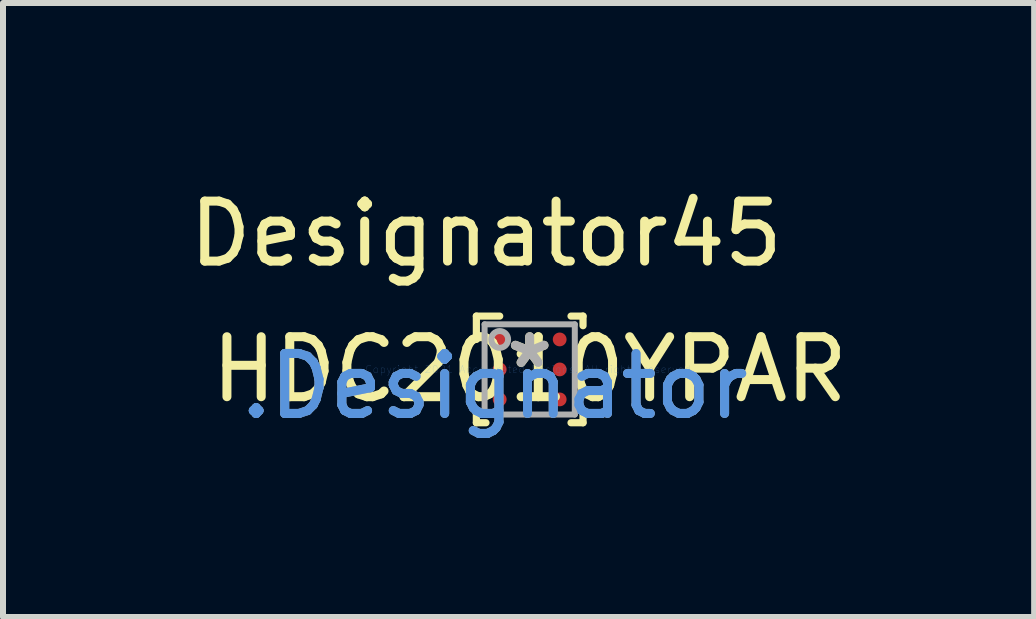
<source format=kicad_pcb>
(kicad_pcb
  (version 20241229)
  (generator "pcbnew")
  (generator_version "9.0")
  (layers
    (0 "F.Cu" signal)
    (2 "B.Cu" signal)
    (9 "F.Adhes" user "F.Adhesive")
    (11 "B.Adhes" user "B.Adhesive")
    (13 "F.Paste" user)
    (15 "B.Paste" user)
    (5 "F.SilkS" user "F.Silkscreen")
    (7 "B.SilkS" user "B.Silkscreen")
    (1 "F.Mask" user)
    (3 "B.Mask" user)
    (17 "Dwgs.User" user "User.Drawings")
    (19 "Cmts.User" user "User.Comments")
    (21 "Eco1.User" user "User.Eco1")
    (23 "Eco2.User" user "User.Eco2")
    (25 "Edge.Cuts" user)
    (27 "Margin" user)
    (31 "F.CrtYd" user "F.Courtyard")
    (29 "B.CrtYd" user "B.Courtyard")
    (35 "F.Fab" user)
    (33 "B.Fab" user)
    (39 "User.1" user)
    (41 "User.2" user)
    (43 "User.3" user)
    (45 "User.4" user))
  (footprint "HDC2010YPAR"
    (layer "F.Cu")
    (at 5.781 3.109)
    (property "Reference" "HDC2010YPAR" (at 0 0 0) (layer "F.SilkS") (effects (font (size 1 1) (thickness 0.15))))
    (attr through_hole)
    (fp_line (start -0.889 -0.889) (end -0.5 -0.889) (stroke (width 0.12) (type solid)) (layer "F.SilkS"))
    (fp_line (start -0.889 -0.5) (end -0.889 -0.889) (stroke (width 0.12) (type solid)) (layer "F.SilkS"))
    (fp_line (start -0.889 0.889) (end -0.889 0.689) (stroke (width 0.12) (type solid)) (layer "F.SilkS"))
    (fp_line (start -0.889 0.889) (end -0.729 0.889) (stroke (width 0.12) (type solid)) (layer "F.SilkS"))
    (fp_line (start 0.689 -0.889) (end 0.889 -0.889) (stroke (width 0.12) (type solid)) (layer "F.SilkS"))
    (fp_line (start 0.689 0.889) (end 0.889 0.889) (stroke (width 0.12) (type solid)) (layer "F.SilkS"))
    (fp_line (start 0.889 -0.729) (end 0.889 -0.889) (stroke (width 0.12) (type solid)) (layer "F.SilkS"))
    (fp_line (start 0.889 0.889) (end 0.889 0.729) (stroke (width 0.12) (type solid)) (layer "F.SilkS"))
    (fp_circle (center -0.575 -0.575) (end -0.55 -0.575) (stroke (width 0.05) (type solid)) (fill no) (layer "F.Paste"))
    (fp_circle (center -0.575 -0.425) (end -0.55 -0.425) (stroke (width 0.05) (type solid)) (fill no) (layer "F.Paste"))
    (fp_circle (center -0.575 -0.075) (end -0.55 -0.075) (stroke (width 0.05) (type solid)) (fill no) (layer "F.Paste"))
    (fp_circle (center -0.575 0.075) (end -0.55 0.075) (stroke (width 0.05) (type solid)) (fill no) (layer "F.Paste"))
    (fp_circle (center -0.575 0.425) (end -0.55 0.425) (stroke (width 0.05) (type solid)) (fill no) (layer "F.Paste"))
    (fp_circle (center -0.575 0.575) (end -0.55 0.575) (stroke (width 0.05) (type solid)) (fill no) (layer "F.Paste"))
    (fp_circle (center -0.425 -0.575) (end -0.4 -0.575) (stroke (width 0.05) (type solid)) (fill no) (layer "F.Paste"))
    (fp_circle (center -0.425 -0.425) (end -0.4 -0.425) (stroke (width 0.05) (type solid)) (fill no) (layer "F.Paste"))
    (fp_circle (center -0.425 -0.075) (end -0.4 -0.075) (stroke (width 0.05) (type solid)) (fill no) (layer "F.Paste"))
    (fp_circle (center -0.425 0.075) (end -0.4 0.075) (stroke (width 0.05) (type solid)) (fill no) (layer "F.Paste"))
    (fp_circle (center -0.425 0.425) (end -0.4 0.425) (stroke (width 0.05) (type solid)) (fill no) (layer "F.Paste"))
    (fp_circle (center -0.425 0.575) (end -0.4 0.575) (stroke (width 0.05) (type solid)) (fill no) (layer "F.Paste"))
    (fp_circle (center 0.425 -0.575) (end 0.45 -0.575) (stroke (width 0.05) (type solid)) (fill no) (layer "F.Paste"))
    (fp_circle (center 0.425 -0.425) (end 0.45 -0.425) (stroke (width 0.05) (type solid)) (fill no) (layer "F.Paste"))
    (fp_circle (center 0.425 -0.075) (end 0.45 -0.075) (stroke (width 0.05) (type solid)) (fill no) (layer "F.Paste"))
    (fp_circle (center 0.425 0.075) (end 0.45 0.075) (stroke (width 0.05) (type solid)) (fill no) (layer "F.Paste"))
    (fp_circle (center 0.425 0.425) (end 0.45 0.425) (stroke (width 0.05) (type solid)) (fill no) (layer "F.Paste"))
    (fp_circle (center 0.425 0.575) (end 0.45 0.575) (stroke (width 0.05) (type solid)) (fill no) (layer "F.Paste"))
    (fp_circle (center 0.575 -0.575) (end 0.6 -0.575) (stroke (width 0.05) (type solid)) (fill no) (layer "F.Paste"))
    (fp_circle (center 0.575 -0.425) (end 0.6 -0.425) (stroke (width 0.05) (type solid)) (fill no) (layer "F.Paste"))
    (fp_circle (center 0.575 -0.075) (end 0.6 -0.075) (stroke (width 0.05) (type solid)) (fill no) (layer "F.Paste"))
    (fp_circle (center 0.575 0.075) (end 0.6 0.075) (stroke (width 0.05) (type solid)) (fill no) (layer "F.Paste"))
    (fp_circle (center 0.575 0.425) (end 0.6 0.425) (stroke (width 0.05) (type solid)) (fill no) (layer "F.Paste"))
    (fp_circle (center 0.575 0.575) (end 0.6 0.575) (stroke (width 0.05) (type solid)) (fill no) (layer "F.Paste"))
    (fp_poly (pts (xy -0.625 -0.575) (xy -0.625 -0.425) (xy -0.575 -0.425) (xy -0.575 -0.575)) (stroke (width 0.1) (type solid)) (fill yes) (layer "F.Paste"))
    (fp_poly (pts (xy -0.625 -0.075) (xy -0.625 0.075) (xy -0.575 0.075) (xy -0.575 -0.075)) (stroke (width 0.1) (type solid)) (fill yes) (layer "F.Paste"))
    (fp_poly (pts (xy -0.625 0.425) (xy -0.625 0.575) (xy -0.575 0.575) (xy -0.575 0.425)) (stroke (width 0.1) (type solid)) (fill yes) (layer "F.Paste"))
    (fp_poly (pts (xy -0.575 -0.575) (xy -0.575 -0.425) (xy -0.425 -0.425) (xy -0.425 -0.575)) (stroke (width 0.1) (type solid)) (fill yes) (layer "F.Paste"))
    (fp_poly (pts (xy -0.575 -0.375) (xy -0.425 -0.375) (xy -0.425 -0.425) (xy -0.575 -0.425)) (stroke (width 0.1) (type solid)) (fill yes) (layer "F.Paste"))
    (fp_poly (pts (xy -0.575 -0.075) (xy -0.575 0.075) (xy -0.425 0.075) (xy -0.425 -0.075)) (stroke (width 0.1) (type solid)) (fill yes) (layer "F.Paste"))
    (fp_poly (pts (xy -0.575 0.125) (xy -0.425 0.125) (xy -0.425 0.075) (xy -0.575 0.075)) (stroke (width 0.1) (type solid)) (fill yes) (layer "F.Paste"))
    (fp_poly (pts (xy -0.575 0.425) (xy -0.575 0.575) (xy -0.425 0.575) (xy -0.425 0.425)) (stroke (width 0.1) (type solid)) (fill yes) (layer "F.Paste"))
    (fp_poly (pts (xy -0.575 0.625) (xy -0.425 0.625) (xy -0.425 0.575) (xy -0.575 0.575)) (stroke (width 0.1) (type solid)) (fill yes) (layer "F.Paste"))
    (fp_poly (pts (xy -0.425 -0.625) (xy -0.575 -0.625) (xy -0.575 -0.575) (xy -0.425 -0.575)) (stroke (width 0.1) (type solid)) (fill yes) (layer "F.Paste"))
    (fp_poly (pts (xy -0.425 -0.125) (xy -0.575 -0.125) (xy -0.575 -0.075) (xy -0.425 -0.075)) (stroke (width 0.1) (type solid)) (fill yes) (layer "F.Paste"))
    (fp_poly (pts (xy -0.425 0.375) (xy -0.575 0.375) (xy -0.575 0.425) (xy -0.425 0.425)) (stroke (width 0.1) (type solid)) (fill yes) (layer "F.Paste"))
    (fp_poly (pts (xy -0.375 -0.425) (xy -0.375 -0.575) (xy -0.425 -0.575) (xy -0.425 -0.425)) (stroke (width 0.1) (type solid)) (fill yes) (layer "F.Paste"))
    (fp_poly (pts (xy -0.375 0.075) (xy -0.375 -0.075) (xy -0.425 -0.075) (xy -0.425 0.075)) (stroke (width 0.1) (type solid)) (fill yes) (layer "F.Paste"))
    (fp_poly (pts (xy -0.375 0.575) (xy -0.375 0.425) (xy -0.425 0.425) (xy -0.425 0.575)) (stroke (width 0.1) (type solid)) (fill yes) (layer "F.Paste"))
    (fp_poly (pts (xy 0.375 -0.575) (xy 0.375 -0.425) (xy 0.425 -0.425) (xy 0.425 -0.575)) (stroke (width 0.1) (type solid)) (fill yes) (layer "F.Paste"))
    (fp_poly (pts (xy 0.375 -0.075) (xy 0.375 0.075) (xy 0.425 0.075) (xy 0.425 -0.075)) (stroke (width 0.1) (type solid)) (fill yes) (layer "F.Paste"))
    (fp_poly (pts (xy 0.375 0.425) (xy 0.375 0.575) (xy 0.425 0.575) (xy 0.425 0.425)) (stroke (width 0.1) (type solid)) (fill yes) (layer "F.Paste"))
    (fp_poly (pts (xy 0.425 -0.575) (xy 0.425 -0.425) (xy 0.575 -0.425) (xy 0.575 -0.575)) (stroke (width 0.1) (type solid)) (fill yes) (layer "F.Paste"))
    (fp_poly (pts (xy 0.425 -0.375) (xy 0.575 -0.375) (xy 0.575 -0.425) (xy 0.425 -0.425)) (stroke (width 0.1) (type solid)) (fill yes) (layer "F.Paste"))
    (fp_poly (pts (xy 0.425 -0.075) (xy 0.425 0.075) (xy 0.575 0.075) (xy 0.575 -0.075)) (stroke (width 0.1) (type solid)) (fill yes) (layer "F.Paste"))
    (fp_poly (pts (xy 0.425 0.125) (xy 0.575 0.125) (xy 0.575 0.075) (xy 0.425 0.075)) (stroke (width 0.1) (type solid)) (fill yes) (layer "F.Paste"))
    (fp_poly (pts (xy 0.425 0.425) (xy 0.425 0.575) (xy 0.575 0.575) (xy 0.575 0.425)) (stroke (width 0.1) (type solid)) (fill yes) (layer "F.Paste"))
    (fp_poly (pts (xy 0.425 0.625) (xy 0.575 0.625) (xy 0.575 0.575) (xy 0.425 0.575)) (stroke (width 0.1) (type solid)) (fill yes) (layer "F.Paste"))
    (fp_poly (pts (xy 0.575 -0.625) (xy 0.425 -0.625) (xy 0.425 -0.575) (xy 0.575 -0.575)) (stroke (width 0.1) (type solid)) (fill yes) (layer "F.Paste"))
    (fp_poly (pts (xy 0.575 -0.125) (xy 0.425 -0.125) (xy 0.425 -0.075) (xy 0.575 -0.075)) (stroke (width 0.1) (type solid)) (fill yes) (layer "F.Paste"))
    (fp_poly (pts (xy 0.575 0.375) (xy 0.425 0.375) (xy 0.425 0.425) (xy 0.575 0.425)) (stroke (width 0.1) (type solid)) (fill yes) (layer "F.Paste"))
    (fp_poly (pts (xy 0.625 -0.425) (xy 0.625 -0.575) (xy 0.575 -0.575) (xy 0.575 -0.425)) (stroke (width 0.1) (type solid)) (fill yes) (layer "F.Paste"))
    (fp_poly (pts (xy 0.625 0.075) (xy 0.625 -0.075) (xy 0.575 -0.075) (xy 0.575 0.075)) (stroke (width 0.1) (type solid)) (fill yes) (layer "F.Paste"))
    (fp_poly (pts (xy 0.625 0.575) (xy 0.625 0.425) (xy 0.575 0.425) (xy 0.575 0.575)) (stroke (width 0.1) (type solid)) (fill yes) (layer "F.Paste"))
    (fp_line (start -0.752 -0.752) (end 0.752 -0.752) (stroke (width 0.1) (type solid)) (layer "F.Fab"))
    (fp_line (start -0.752 0.752) (end -0.752 -0.752) (stroke (width 0.1) (type solid)) (layer "F.Fab"))
    (fp_line (start -0.752 0.752) (end 0.752 0.752) (stroke (width 0.1) (type solid)) (layer "F.Fab"))
    (fp_line (start 0.752 0.752) (end 0.752 -0.752) (stroke (width 0.1) (type solid)) (layer "F.Fab"))
    (fp_circle (center -0.5 -0.5) (end -0.36 -0.5) (stroke (width 0.1) (type solid)) (fill no) (layer "F.Fab"))
    (fp_text user "*" (at 0 0 0) (layer "F.SilkS") (effects (font (size 1 1) (thickness 0.15))))
    (fp_text user "Designator45" (at -0.727 -2.261 0) (layer "F.SilkS") (effects (font (size 1 1) (thickness 0.15))))
    (fp_text user ".Designator" (at -0.584 0.279 0) (layer "Cmts.User") (effects (font (size 1 1) (thickness 0.15))))
    (fp_text user "Copyright 2021 Accelerated Designs. All rights reserved." (at 0 0 0) (layer "Cmts.User") (effects (font (size 0.127 0.127) (thickness 0.002))))
    (fp_text user "*" (at 0 0 0) (layer "F.Fab") (effects (font (size 1 1) (thickness 0.15))))
    (fp_text user ".Designator" (at -0.584 0.279 0) (layer "F.Fab") (effects (font (size 1 1) (thickness 0.15))))
    (pad "A1" smd circle (at -0.5 -0.5) (size 0.23 0.23) (layers "F.Cu" "F.Mask"))
    (pad "A2" smd circle (at 0.5 -0.5) (size 0.23 0.23) (layers "F.Cu" "F.Mask"))
    (pad "B1" smd circle (at -0.5 0) (size 0.23 0.23) (layers "F.Cu" "F.Mask"))
    (pad "B2" smd circle (at 0.5 0) (size 0.23 0.23) (layers "F.Cu" "F.Mask"))
    (pad "C1" smd circle (at -0.5 0.5) (size 0.23 0.23) (layers "F.Cu" "F.Mask"))
    (pad "C2" smd circle (at 0.5 0.5) (size 0.23 0.23) (layers "F.Cu" "F.Mask")))
  (gr_rect
    (start -3 -3)
    (end 14.191 7.237)
    (stroke (width 0.1) (type default))
    (fill no)
    (layer "Edge.Cuts")))
</source>
